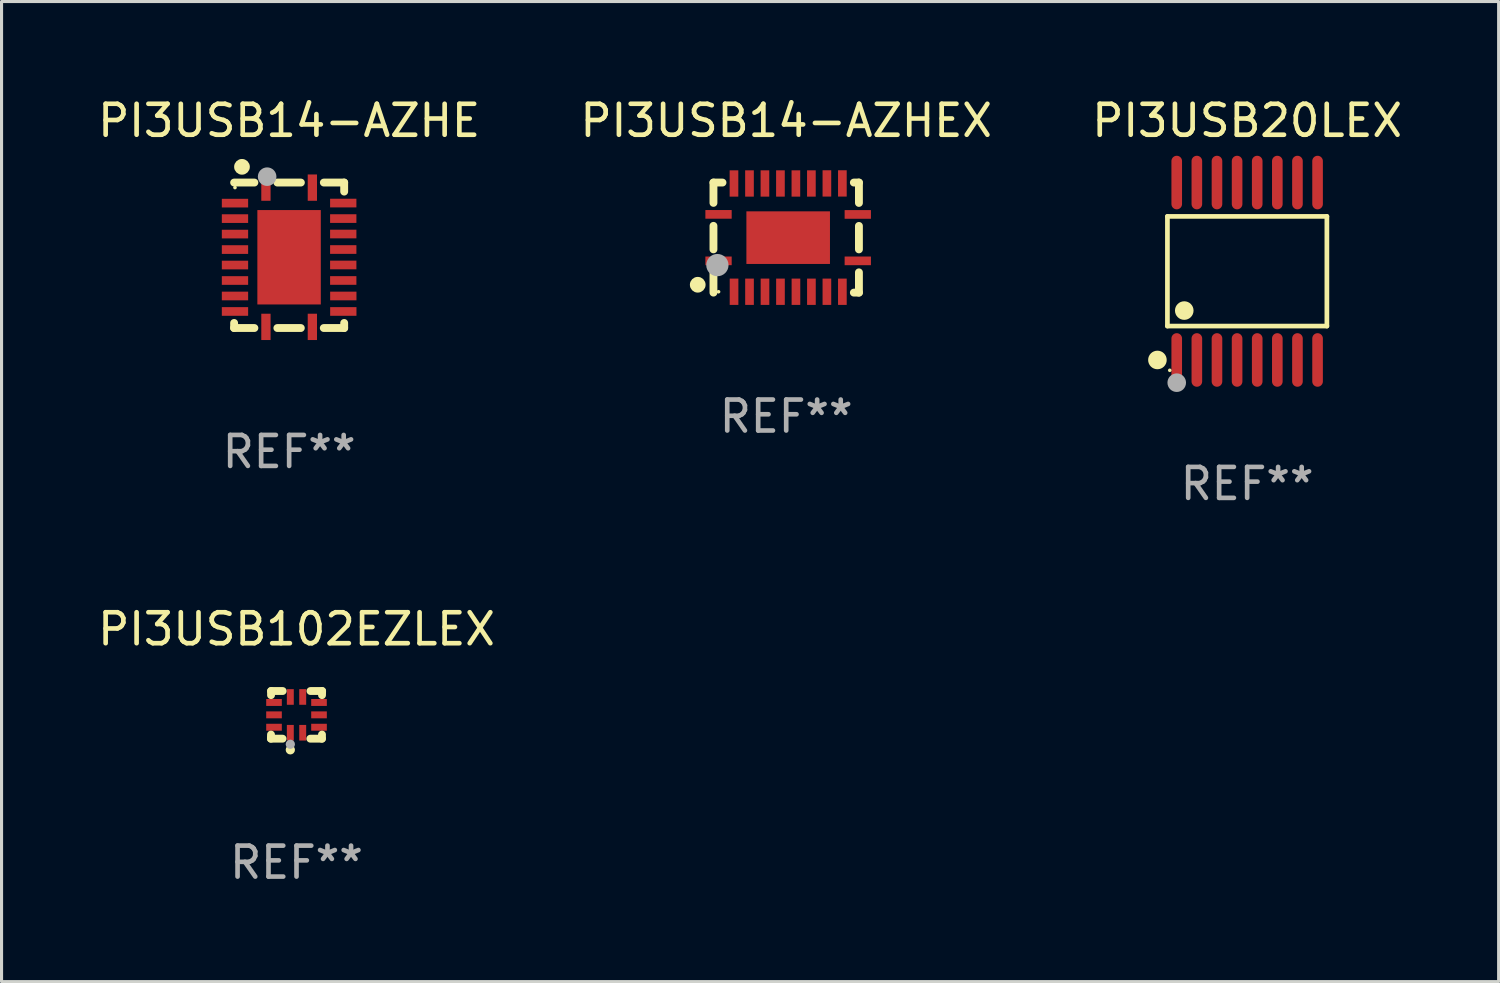
<source format=kicad_pcb>
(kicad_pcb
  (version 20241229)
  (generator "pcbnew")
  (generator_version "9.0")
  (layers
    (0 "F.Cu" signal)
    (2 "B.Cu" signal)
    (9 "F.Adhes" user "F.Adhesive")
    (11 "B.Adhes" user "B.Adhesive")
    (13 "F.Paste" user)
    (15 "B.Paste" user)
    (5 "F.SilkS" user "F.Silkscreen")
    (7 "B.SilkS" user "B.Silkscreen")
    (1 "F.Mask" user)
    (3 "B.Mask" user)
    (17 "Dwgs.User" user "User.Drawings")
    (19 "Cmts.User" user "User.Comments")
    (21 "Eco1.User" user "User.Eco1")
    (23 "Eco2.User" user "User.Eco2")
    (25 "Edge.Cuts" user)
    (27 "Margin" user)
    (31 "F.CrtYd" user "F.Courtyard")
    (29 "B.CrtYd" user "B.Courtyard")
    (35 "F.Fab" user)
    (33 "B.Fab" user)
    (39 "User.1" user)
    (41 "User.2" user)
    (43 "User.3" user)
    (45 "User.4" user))
  (footprint "PI3USB20LEX"
    (layer "F.Cu")
    (at 37.244 5.714)
    (property "Reference" "PI3USB20LEX" (at 0 -4.866 0) (layer "F.SilkS") (effects (font (size 1 1) (thickness 0.15))))
    (attr through_hole)
    (fp_line (start -2.576 -1.772) (end 2.576 -1.772) (stroke (width 0.152) (type solid)) (layer "F.SilkS"))
    (fp_line (start -2.576 1.771) (end -2.576 -1.772) (stroke (width 0.152) (type solid)) (layer "F.SilkS"))
    (fp_line (start 2.576 -1.772) (end 2.576 1.771) (stroke (width 0.152) (type solid)) (layer "F.SilkS"))
    (fp_line (start 2.576 1.771) (end -2.576 1.771) (stroke (width 0.152) (type solid)) (layer "F.SilkS"))
    (fp_circle (center -2.899 2.866) (end -2.749 2.866) (stroke (width 0.3) (type solid)) (fill no) (layer "F.SilkS"))
    (fp_circle (center -2.5 3.2) (end -2.47 3.2) (stroke (width 0.06) (type solid)) (fill no) (layer "F.SilkS"))
    (fp_circle (center -2.032 1.27) (end -1.882 1.27) (stroke (width 0.3) (type solid)) (fill no) (layer "F.SilkS"))
    (fp_circle (center -2.275 3.6) (end -2.125 3.6) (stroke (width 0.3) (type solid)) (fill no) (layer "F.Fab"))
    (fp_text user "REF**" (at 0 6.866 0) (layer "F.Fab") (effects (font (size 1 1) (thickness 0.15))))
    (pad "1" smd oval (at -2.275 2.866) (size 0.343 1.731) (layers "F.Cu" "F.Mask" "F.Paste"))
    (pad "2" smd oval (at -1.625 2.866) (size 0.343 1.731) (layers "F.Cu" "F.Mask" "F.Paste"))
    (pad "3" smd oval (at -0.975 2.866) (size 0.343 1.731) (layers "F.Cu" "F.Mask" "F.Paste"))
    (pad "4" smd oval (at -0.325 2.866) (size 0.343 1.731) (layers "F.Cu" "F.Mask" "F.Paste"))
    (pad "5" smd oval (at 0.325 2.866) (size 0.343 1.731) (layers "F.Cu" "F.Mask" "F.Paste"))
    (pad "6" smd oval (at 0.975 2.866) (size 0.343 1.731) (layers "F.Cu" "F.Mask" "F.Paste"))
    (pad "7" smd oval (at 1.625 2.866) (size 0.343 1.731) (layers "F.Cu" "F.Mask" "F.Paste"))
    (pad "8" smd oval (at 2.275 2.866) (size 0.343 1.731) (layers "F.Cu" "F.Mask" "F.Paste"))
    (pad "9" smd oval (at 2.275 -2.866) (size 0.343 1.731) (layers "F.Cu" "F.Mask" "F.Paste"))
    (pad "10" smd oval (at 1.625 -2.866) (size 0.343 1.731) (layers "F.Cu" "F.Mask" "F.Paste"))
    (pad "11" smd oval (at 0.975 -2.866) (size 0.343 1.731) (layers "F.Cu" "F.Mask" "F.Paste"))
    (pad "12" smd oval (at 0.325 -2.866) (size 0.343 1.731) (layers "F.Cu" "F.Mask" "F.Paste"))
    (pad "13" smd oval (at -0.325 -2.866) (size 0.343 1.731) (layers "F.Cu" "F.Mask" "F.Paste"))
    (pad "14" smd oval (at -0.975 -2.866) (size 0.343 1.731) (layers "F.Cu" "F.Mask" "F.Paste"))
    (pad "15" smd oval (at -1.625 -2.866) (size 0.343 1.731) (layers "F.Cu" "F.Mask" "F.Paste"))
    (pad "16" smd oval (at -2.275 -2.866) (size 0.343 1.731) (layers "F.Cu" "F.Mask" "F.Paste")))
  (footprint "PI3USB102EZLEX"
    (layer "F.Cu")
    (at 6.53 20.046)
    (property "Reference" "PI3USB102EZLEX" (at 0 -2.77 0) (layer "F.SilkS") (effects (font (size 1 1) (thickness 0.15))))
    (attr through_hole)
    (fp_line (start -0.827 0.77) (end -0.824 0.637) (stroke (width 0.254) (type solid)) (layer "F.SilkS"))
    (fp_line (start -0.827 0.77) (end -0.451 0.77) (stroke (width 0.254) (type solid)) (layer "F.SilkS"))
    (fp_line (start -0.82 -0.77) (end -0.823 -0.637) (stroke (width 0.254) (type solid)) (layer "F.SilkS"))
    (fp_line (start -0.447 -0.77) (end -0.823 -0.77) (stroke (width 0.254) (type solid)) (layer "F.SilkS"))
    (fp_line (start 0.447 0.77) (end 0.823 0.77) (stroke (width 0.254) (type solid)) (layer "F.SilkS"))
    (fp_line (start 0.82 0.77) (end 0.823 0.637) (stroke (width 0.254) (type solid)) (layer "F.SilkS"))
    (fp_line (start 0.827 -0.77) (end 0.451 -0.77) (stroke (width 0.254) (type solid)) (layer "F.SilkS"))
    (fp_line (start 0.827 -0.77) (end 0.824 -0.637) (stroke (width 0.254) (type solid)) (layer "F.SilkS"))
    (fp_circle (center -0.8 0.65) (end -0.77 0.65) (stroke (width 0.06) (type solid)) (fill no) (layer "F.SilkS"))
    (fp_circle (center -0.2 1.13) (end -0.125 1.13) (stroke (width 0.15) (type solid)) (fill no) (layer "F.SilkS"))
    (fp_circle (center -0.2 0.95) (end -0.125 0.95) (stroke (width 0.15) (type solid)) (fill no) (layer "F.Fab"))
    (fp_text user "REF**" (at 0 4.77 0) (layer "F.Fab") (effects (font (size 1 1) (thickness 0.15))))
    (pad "1" smd rect (at -0.2 0.578 90) (size 0.505 0.224) (layers "F.Cu" "F.Mask" "F.Paste"))
    (pad "2" smd rect (at 0.2 0.578 90) (size 0.505 0.224) (layers "F.Cu" "F.Mask" "F.Paste"))
    (pad "3" smd rect (at 0.727 0.4 90) (size 0.224 0.505) (layers "F.Cu" "F.Mask" "F.Paste"))
    (pad "4" smd rect (at 0.727 0 90) (size 0.224 0.505) (layers "F.Cu" "F.Mask" "F.Paste"))
    (pad "5" smd rect (at 0.727 -0.4 90) (size 0.224 0.505) (layers "F.Cu" "F.Mask" "F.Paste"))
    (pad "6" smd rect (at 0.2 -0.578 90) (size 0.505 0.224) (layers "F.Cu" "F.Mask" "F.Paste"))
    (pad "7" smd rect (at -0.2 -0.578 90) (size 0.505 0.224) (layers "F.Cu" "F.Mask" "F.Paste"))
    (pad "8" smd rect (at -0.727 -0.4 90) (size 0.224 0.505) (layers "F.Cu" "F.Mask" "F.Paste"))
    (pad "9" smd rect (at -0.727 0 90) (size 0.224 0.505) (layers "F.Cu" "F.Mask" "F.Paste"))
    (pad "10" smd rect (at -0.727 0.4 90) (size 0.224 0.505) (layers "F.Cu" "F.Mask" "F.Paste")))
  (footprint "PI3USB14-AZHE"
    (layer "F.Cu")
    (at 6.292 5.198)
    (property "Reference" "PI3USB14-AZHE" (at 0 -4.35 0) (layer "F.SilkS") (effects (font (size 1 1) (thickness 0.15))))
    (attr through_hole)
    (fp_line (start -1.778 2.35) (end -1.778 2.186) (stroke (width 0.254) (type solid)) (layer "F.SilkS"))
    (fp_line (start -1.123 -2.35) (end -1.778 -2.35) (stroke (width 0.254) (type solid)) (layer "F.SilkS"))
    (fp_line (start -1.123 2.35) (end -1.778 2.35) (stroke (width 0.254) (type solid)) (layer "F.SilkS"))
    (fp_line (start 0.377 2.35) (end -0.381 2.35) (stroke (width 0.254) (type solid)) (layer "F.SilkS"))
    (fp_line (start 0.379 -2.35) (end -0.381 -2.35) (stroke (width 0.254) (type solid)) (layer "F.SilkS"))
    (fp_line (start 1.778 -2.35) (end 1.121 -2.35) (stroke (width 0.254) (type solid)) (layer "F.SilkS"))
    (fp_line (start 1.778 -2.35) (end 1.778 -2.058) (stroke (width 0.254) (type solid)) (layer "F.SilkS"))
    (fp_line (start 1.778 2.186) (end 1.778 2.35) (stroke (width 0.254) (type solid)) (layer "F.SilkS"))
    (fp_line (start 1.778 2.35) (end 1.119 2.35) (stroke (width 0.254) (type solid)) (layer "F.SilkS"))
    (fp_circle (center -1.75 -2.187) (end -1.72 -2.187) (stroke (width 0.06) (type solid)) (fill no) (layer "F.SilkS"))
    (fp_circle (center -1.524 -2.858) (end -1.397 -2.858) (stroke (width 0.254) (type solid)) (fill no) (layer "F.SilkS"))
    (fp_circle (center -0.711 -2.54) (end -0.561 -2.54) (stroke (width 0.3) (type solid)) (fill no) (layer "F.Fab"))
    (fp_text user "REF**" (at 0 6.35 0) (layer "F.Fab") (effects (font (size 1 1) (thickness 0.15))))
    (pad "1" smd rect (at -0.75 -2.186) (size 0.3 0.85) (layers "F.Cu" "F.Mask" "F.Paste"))
    (pad "2" smd rect (at -1.75 -1.685) (size 0.85 0.28) (layers "F.Cu" "F.Mask" "F.Paste"))
    (pad "3" smd rect (at -1.75 -1.185) (size 0.85 0.28) (layers "F.Cu" "F.Mask" "F.Paste"))
    (pad "4" smd rect (at -1.75 -0.685) (size 0.85 0.28) (layers "F.Cu" "F.Mask" "F.Paste"))
    (pad "5" smd rect (at -1.75 -0.185) (size 0.85 0.28) (layers "F.Cu" "F.Mask" "F.Paste"))
    (pad "6" smd rect (at -1.75 0.315) (size 0.85 0.28) (layers "F.Cu" "F.Mask" "F.Paste"))
    (pad "7" smd rect (at -1.75 0.815) (size 0.85 0.28) (layers "F.Cu" "F.Mask" "F.Paste"))
    (pad "8" smd rect (at -1.75 1.315) (size 0.85 0.28) (layers "F.Cu" "F.Mask" "F.Paste"))
    (pad "9" smd rect (at -1.75 1.815) (size 0.85 0.28) (layers "F.Cu" "F.Mask" "F.Paste"))
    (pad "10" smd rect (at -0.75 2.313) (size 0.3 0.85) (layers "F.Cu" "F.Mask" "F.Paste"))
    (pad "11" smd rect (at 0.75 2.313) (size 0.3 0.85) (layers "F.Cu" "F.Mask" "F.Paste"))
    (pad "12" smd rect (at 1.75 1.815) (size 0.85 0.28) (layers "F.Cu" "F.Mask" "F.Paste"))
    (pad "13" smd rect (at 1.75 1.315) (size 0.85 0.28) (layers "F.Cu" "F.Mask" "F.Paste"))
    (pad "14" smd rect (at 1.748 0.814) (size 0.85 0.28) (layers "F.Cu" "F.Mask" "F.Paste"))
    (pad "15" smd rect (at 1.748 0.313) (size 0.85 0.28) (layers "F.Cu" "F.Mask" "F.Paste"))
    (pad "16" smd rect (at 1.748 -0.186) (size 0.85 0.28) (layers "F.Cu" "F.Mask" "F.Paste"))
    (pad "17" smd rect (at 1.748 -0.687) (size 0.85 0.28) (layers "F.Cu" "F.Mask" "F.Paste"))
    (pad "18" smd rect (at 1.748 -1.186) (size 0.85 0.28) (layers "F.Cu" "F.Mask" "F.Paste"))
    (pad "19" smd rect (at 1.748 -1.687) (size 0.85 0.28) (layers "F.Cu" "F.Mask" "F.Paste"))
    (pad "20" smd rect (at 0.75 -2.186) (size 0.3 0.85) (layers "F.Cu" "F.Mask" "F.Paste"))
    (pad "21" smd rect (at -0.002 0.064) (size 2.05 3.05) (layers "F.Cu" "F.Mask" "F.Paste")))
  (footprint "PI3USB14-AZHEX"
    (layer "F.Cu")
    (at 22.351 4.626)
    (property "Reference" "PI3USB14-AZHEX" (at 0 -3.778 0) (layer "F.SilkS") (effects (font (size 1 1) (thickness 0.15))))
    (attr through_hole)
    (fp_line (start -2.35 -1.778) (end -2.35 -1.121) (stroke (width 0.254) (type solid)) (layer "F.SilkS"))
    (fp_line (start -2.35 -1.778) (end -2.058 -1.778) (stroke (width 0.254) (type solid)) (layer "F.SilkS"))
    (fp_line (start -2.35 -0.379) (end -2.35 0.381) (stroke (width 0.254) (type solid)) (layer "F.SilkS"))
    (fp_line (start -2.35 1.123) (end -2.35 1.778) (stroke (width 0.254) (type solid)) (layer "F.SilkS"))
    (fp_line (start 2.186 -1.778) (end 2.35 -1.778) (stroke (width 0.254) (type solid)) (layer "F.SilkS"))
    (fp_line (start 2.35 -1.778) (end 2.35 -1.119) (stroke (width 0.254) (type solid)) (layer "F.SilkS"))
    (fp_line (start 2.35 -0.377) (end 2.35 0.381) (stroke (width 0.254) (type solid)) (layer "F.SilkS"))
    (fp_line (start 2.35 1.123) (end 2.35 1.778) (stroke (width 0.254) (type solid)) (layer "F.SilkS"))
    (fp_line (start 2.35 1.778) (end 2.186 1.778) (stroke (width 0.254) (type solid)) (layer "F.SilkS"))
    (fp_circle (center -2.858 1.524) (end -2.731 1.524) (stroke (width 0.254) (type solid)) (fill no) (layer "F.SilkS"))
    (fp_circle (center -2.187 1.75) (end -2.157 1.75) (stroke (width 0.06) (type solid)) (fill no) (layer "F.SilkS"))
    (fp_circle (center -2.223 0.889) (end -2.043 0.889) (stroke (width 0.36) (type solid)) (fill no) (layer "F.Fab"))
    (fp_text user "REF**" (at 0 5.778 0) (layer "F.Fab") (effects (font (size 1 1) (thickness 0.15))))
    (pad "1" smd rect (at -2.186 0.752) (size 0.85 0.28) (layers "F.Cu" "F.Mask" "F.Paste"))
    (pad "2" smd rect (at -1.685 1.75) (size 0.28 0.85) (layers "F.Cu" "F.Mask" "F.Paste"))
    (pad "3" smd rect (at -1.185 1.75) (size 0.28 0.85) (layers "F.Cu" "F.Mask" "F.Paste"))
    (pad "4" smd rect (at -0.685 1.75) (size 0.28 0.85) (layers "F.Cu" "F.Mask" "F.Paste"))
    (pad "5" smd rect (at -0.185 1.75) (size 0.28 0.85) (layers "F.Cu" "F.Mask" "F.Paste"))
    (pad "6" smd rect (at 0.315 1.75) (size 0.28 0.85) (layers "F.Cu" "F.Mask" "F.Paste"))
    (pad "7" smd rect (at 0.815 1.75) (size 0.28 0.85) (layers "F.Cu" "F.Mask" "F.Paste"))
    (pad "8" smd rect (at 1.315 1.75) (size 0.28 0.85) (layers "F.Cu" "F.Mask" "F.Paste"))
    (pad "9" smd rect (at 1.815 1.75) (size 0.28 0.85) (layers "F.Cu" "F.Mask" "F.Paste"))
    (pad "10" smd rect (at 2.313 0.752) (size 0.85 0.28) (layers "F.Cu" "F.Mask" "F.Paste"))
    (pad "11" smd rect (at 2.313 -0.748) (size 0.85 0.28) (layers "F.Cu" "F.Mask" "F.Paste"))
    (pad "12" smd rect (at 1.815 -1.75) (size 0.28 0.85) (layers "F.Cu" "F.Mask" "F.Paste"))
    (pad "13" smd rect (at 1.315 -1.75) (size 0.28 0.85) (layers "F.Cu" "F.Mask" "F.Paste"))
    (pad "14" smd rect (at 0.814 -1.748) (size 0.28 0.85) (layers "F.Cu" "F.Mask" "F.Paste"))
    (pad "15" smd rect (at 0.313 -1.748) (size 0.28 0.85) (layers "F.Cu" "F.Mask" "F.Paste"))
    (pad "16" smd rect (at -0.186 -1.748) (size 0.28 0.85) (layers "F.Cu" "F.Mask" "F.Paste"))
    (pad "17" smd rect (at -0.687 -1.748) (size 0.28 0.85) (layers "F.Cu" "F.Mask" "F.Paste"))
    (pad "18" smd rect (at -1.186 -1.748) (size 0.28 0.85) (layers "F.Cu" "F.Mask" "F.Paste"))
    (pad "19" smd rect (at -1.687 -1.748) (size 0.28 0.85) (layers "F.Cu" "F.Mask" "F.Paste"))
    (pad "20" smd rect (at -2.186 -0.75) (size 0.85 0.28) (layers "F.Cu" "F.Mask" "F.Paste"))
    (pad "21" smd rect (at 0.064 0.002 90) (size 1.7 2.7) (layers "F.Cu" "F.Mask" "F.Paste")))
  (gr_rect
    (start -3 -3)
    (end 45.369 28.664)
    (stroke (width 0.1) (type default))
    (fill no)
    (layer "Edge.Cuts")))
</source>
